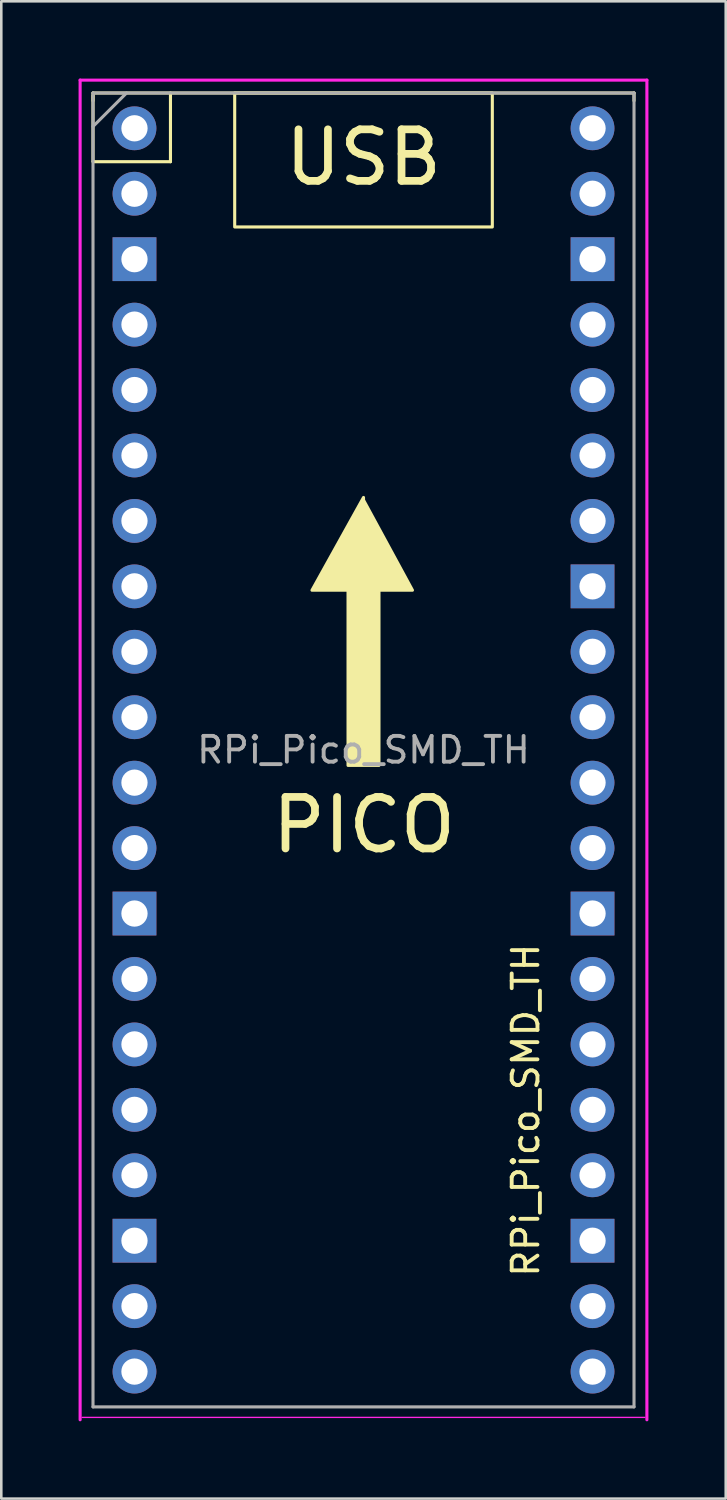
<source format=kicad_pcb>
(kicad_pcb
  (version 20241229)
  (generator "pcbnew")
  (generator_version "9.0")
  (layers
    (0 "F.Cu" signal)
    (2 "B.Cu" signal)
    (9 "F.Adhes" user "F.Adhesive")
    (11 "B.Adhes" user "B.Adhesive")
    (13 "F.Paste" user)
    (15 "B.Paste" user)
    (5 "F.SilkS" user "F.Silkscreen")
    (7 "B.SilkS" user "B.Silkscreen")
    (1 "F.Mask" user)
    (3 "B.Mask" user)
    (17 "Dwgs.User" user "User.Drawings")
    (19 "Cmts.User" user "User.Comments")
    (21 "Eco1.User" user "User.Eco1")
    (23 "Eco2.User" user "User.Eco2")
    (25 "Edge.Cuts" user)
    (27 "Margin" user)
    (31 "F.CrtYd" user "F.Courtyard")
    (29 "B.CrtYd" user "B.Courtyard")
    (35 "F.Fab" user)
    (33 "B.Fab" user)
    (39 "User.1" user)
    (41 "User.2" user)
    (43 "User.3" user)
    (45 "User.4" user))
  (footprint "RPi_Pico_SMD_TH"
    (layer "F.Cu")
    (at 11.06 26.06)
    (property "Reference" "RPi_Pico_SMD_TH" (at 6.297 13.985 90) (layer "F.SilkS") (effects (font (size 1 1) (thickness 0.15))))
    (attr through_hole)
    (fp_line (start -10.5 -25.5) (end -10.5 -25.2) (stroke (width 0.12) (type solid)) (layer "F.SilkS"))
    (fp_line (start -10.5 -25.5) (end 10.5 -25.5) (stroke (width 0.12) (type solid)) (layer "F.SilkS"))
    (fp_line (start -10.5 -25.4) (end -10.5 -22.86) (stroke (width 0.12) (type solid)) (layer "F.SilkS"))
    (fp_line (start -10.5 -22.833) (end -7.493 -22.833) (stroke (width 0.12) (type solid)) (layer "F.SilkS"))
    (fp_line (start -7.493 -22.833) (end -7.493 -25.5) (stroke (width 0.12) (type solid)) (layer "F.SilkS"))
    (fp_line (start 10.5 -25.5) (end 10.5 -25.2) (stroke (width 0.12) (type solid)) (layer "F.SilkS"))
    (fp_rect (start -5 -25.5) (end 5 -20.3) (stroke (width 0.12) (type solid)) (fill no) (layer "F.SilkS"))
    (fp_rect (start -0.6 -6.2) (end 0.6 0.6) (stroke (width 0.12) (type solid)) (fill yes) (layer "F.SilkS"))
    (fp_poly (pts (xy 0 -9.7) (xy 1.9 -6.2) (xy -2 -6.2) (xy 0 -9.8)) (stroke (width 0.12) (type solid)) (fill yes) (layer "F.SilkS"))
    (fp_line (start -11 -26) (end 11 -26) (stroke (width 0.12) (type solid)) (layer "F.CrtYd"))
    (fp_line (start -11 26) (end -11 -26) (stroke (width 0.12) (type solid)) (layer "F.CrtYd"))
    (fp_line (start -10.922 25.908) (end 10.922 25.908) (stroke (width 0.05) (type solid)) (layer "F.CrtYd"))
    (fp_line (start 11 -26) (end 11 26) (stroke (width 0.12) (type solid)) (layer "F.CrtYd"))
    (fp_line (start -10.5 -25.5) (end 10.5 -25.5) (stroke (width 0.12) (type solid)) (layer "F.Fab"))
    (fp_line (start -10.5 -24.2) (end -9.2 -25.5) (stroke (width 0.12) (type solid)) (layer "F.Fab"))
    (fp_line (start -10.5 25.5) (end -10.5 -25.5) (stroke (width 0.12) (type solid)) (layer "F.Fab"))
    (fp_line (start 10.5 -25.5) (end 10.5 25.5) (stroke (width 0.12) (type solid)) (layer "F.Fab"))
    (fp_line (start 10.5 25.5) (end -10.5 25.5) (stroke (width 0.12) (type solid)) (layer "F.Fab"))
    (fp_text user "PICO" (at 0.02 2.915 0) (unlocked yes) (layer "F.SilkS") (effects (font (size 2 2) (thickness 0.3))))
    (fp_text user "USB" (at 0 -23 0) (unlocked yes) (layer "F.SilkS") (effects (font (size 2 2) (thickness 0.3))))
    (fp_text user "${REFERENCE}" (at 0 0 180) (layer "F.Fab") (effects (font (size 1 1) (thickness 0.15))))
    (pad "1" thru_hole oval (at -8.89 -24.13) (size 1.7 1.7) (drill 1.02) (layers "*.Cu" "*.Mask"))
    (pad "2" thru_hole oval (at -8.89 -21.59) (size 1.7 1.7) (drill 1.02) (layers "*.Cu" "*.Mask"))
    (pad "3" thru_hole rect (at -8.89 -19.05) (size 1.7 1.7) (drill 1.02) (layers "*.Cu" "*.Mask"))
    (pad "4" thru_hole oval (at -8.89 -16.51) (size 1.7 1.7) (drill 1.02) (layers "*.Cu" "*.Mask"))
    (pad "5" thru_hole oval (at -8.89 -13.97) (size 1.7 1.7) (drill 1.02) (layers "*.Cu" "*.Mask"))
    (pad "6" thru_hole oval (at -8.89 -11.43) (size 1.7 1.7) (drill 1.02) (layers "*.Cu" "*.Mask"))
    (pad "7" thru_hole oval (at -8.89 -8.89) (size 1.7 1.7) (drill 1.02) (layers "*.Cu" "*.Mask"))
    (pad "8" thru_hole circle (at -8.89 -6.35) (size 1.7 1.7) (drill 1.02) (layers "*.Cu" "*.Mask"))
    (pad "9" thru_hole oval (at -8.89 -3.81) (size 1.7 1.7) (drill 1.02) (layers "*.Cu" "*.Mask"))
    (pad "10" thru_hole oval (at -8.89 -1.27) (size 1.7 1.7) (drill 1.02) (layers "*.Cu" "*.Mask"))
    (pad "11" thru_hole oval (at -8.89 1.27) (size 1.7 1.7) (drill 1.02) (layers "*.Cu" "*.Mask"))
    (pad "12" thru_hole oval (at -8.89 3.81) (size 1.7 1.7) (drill 1.02) (layers "*.Cu" "*.Mask"))
    (pad "13" thru_hole rect (at -8.89 6.35) (size 1.7 1.7) (drill 1.02) (layers "*.Cu" "*.Mask"))
    (pad "14" thru_hole oval (at -8.89 8.89) (size 1.7 1.7) (drill 1.02) (layers "*.Cu" "*.Mask"))
    (pad "15" thru_hole oval (at -8.89 11.43) (size 1.7 1.7) (drill 1.02) (layers "*.Cu" "*.Mask"))
    (pad "16" thru_hole oval (at -8.89 13.97) (size 1.7 1.7) (drill 1.02) (layers "*.Cu" "*.Mask"))
    (pad "17" thru_hole oval (at -8.89 16.51) (size 1.7 1.7) (drill 1.02) (layers "*.Cu" "*.Mask"))
    (pad "18" thru_hole rect (at -8.89 19.05) (size 1.7 1.7) (drill 1.02) (layers "*.Cu" "*.Mask"))
    (pad "19" thru_hole oval (at -8.89 21.59) (size 1.7 1.7) (drill 1.02) (layers "*.Cu" "*.Mask"))
    (pad "20" thru_hole oval (at -8.89 24.13) (size 1.7 1.7) (drill 1.02) (layers "*.Cu" "*.Mask"))
    (pad "21" thru_hole oval (at 8.89 24.13) (size 1.7 1.7) (drill 1.02) (layers "*.Cu" "*.Mask"))
    (pad "22" thru_hole oval (at 8.89 21.59) (size 1.7 1.7) (drill 1.02) (layers "*.Cu" "*.Mask"))
    (pad "23" thru_hole rect (at 8.89 19.05) (size 1.7 1.7) (drill 1.02) (layers "*.Cu" "*.Mask"))
    (pad "24" thru_hole oval (at 8.89 16.51) (size 1.7 1.7) (drill 1.02) (layers "*.Cu" "*.Mask"))
    (pad "25" thru_hole oval (at 8.89 13.97) (size 1.7 1.7) (drill 1.02) (layers "*.Cu" "*.Mask"))
    (pad "26" thru_hole oval (at 8.89 11.43) (size 1.7 1.7) (drill 1.02) (layers "*.Cu" "*.Mask"))
    (pad "27" thru_hole oval (at 8.89 8.89) (size 1.7 1.7) (drill 1.02) (layers "*.Cu" "*.Mask"))
    (pad "28" thru_hole rect (at 8.89 6.35) (size 1.7 1.7) (drill 1.02) (layers "*.Cu" "*.Mask"))
    (pad "29" thru_hole oval (at 8.89 3.81) (size 1.7 1.7) (drill 1.02) (layers "*.Cu" "*.Mask"))
    (pad "30" thru_hole oval (at 8.89 1.27) (size 1.7 1.7) (drill 1.02) (layers "*.Cu" "*.Mask"))
    (pad "31" thru_hole oval (at 8.89 -1.27) (size 1.7 1.7) (drill 1.02) (layers "*.Cu" "*.Mask"))
    (pad "32" thru_hole oval (at 8.89 -3.81) (size 1.7 1.7) (drill 1.02) (layers "*.Cu" "*.Mask"))
    (pad "33" thru_hole rect (at 8.89 -6.35) (size 1.7 1.7) (drill 1.02) (layers "*.Cu" "*.Mask"))
    (pad "34" thru_hole oval (at 8.89 -8.89) (size 1.7 1.7) (drill 1.02) (layers "*.Cu" "*.Mask"))
    (pad "35" thru_hole oval (at 8.89 -11.43) (size 1.7 1.7) (drill 1.02) (layers "*.Cu" "*.Mask"))
    (pad "36" thru_hole oval (at 8.89 -13.97) (size 1.7 1.7) (drill 1.02) (layers "*.Cu" "*.Mask"))
    (pad "37" thru_hole oval (at 8.89 -16.51) (size 1.7 1.7) (drill 1.02) (layers "*.Cu" "*.Mask"))
    (pad "38" thru_hole rect (at 8.89 -19.05) (size 1.7 1.7) (drill 1.02) (layers "*.Cu" "*.Mask"))
    (pad "39" thru_hole oval (at 8.89 -21.59) (size 1.7 1.7) (drill 1.02) (layers "*.Cu" "*.Mask"))
    (pad "40" thru_hole oval (at 8.89 -24.13) (size 1.7 1.7) (drill 1.02) (layers "*.Cu" "*.Mask")))
  (gr_rect
    (start -3 -3)
    (end 25.12 55.12)
    (stroke (width 0.1) (type default))
    (fill no)
    (layer "Edge.Cuts")))
</source>
